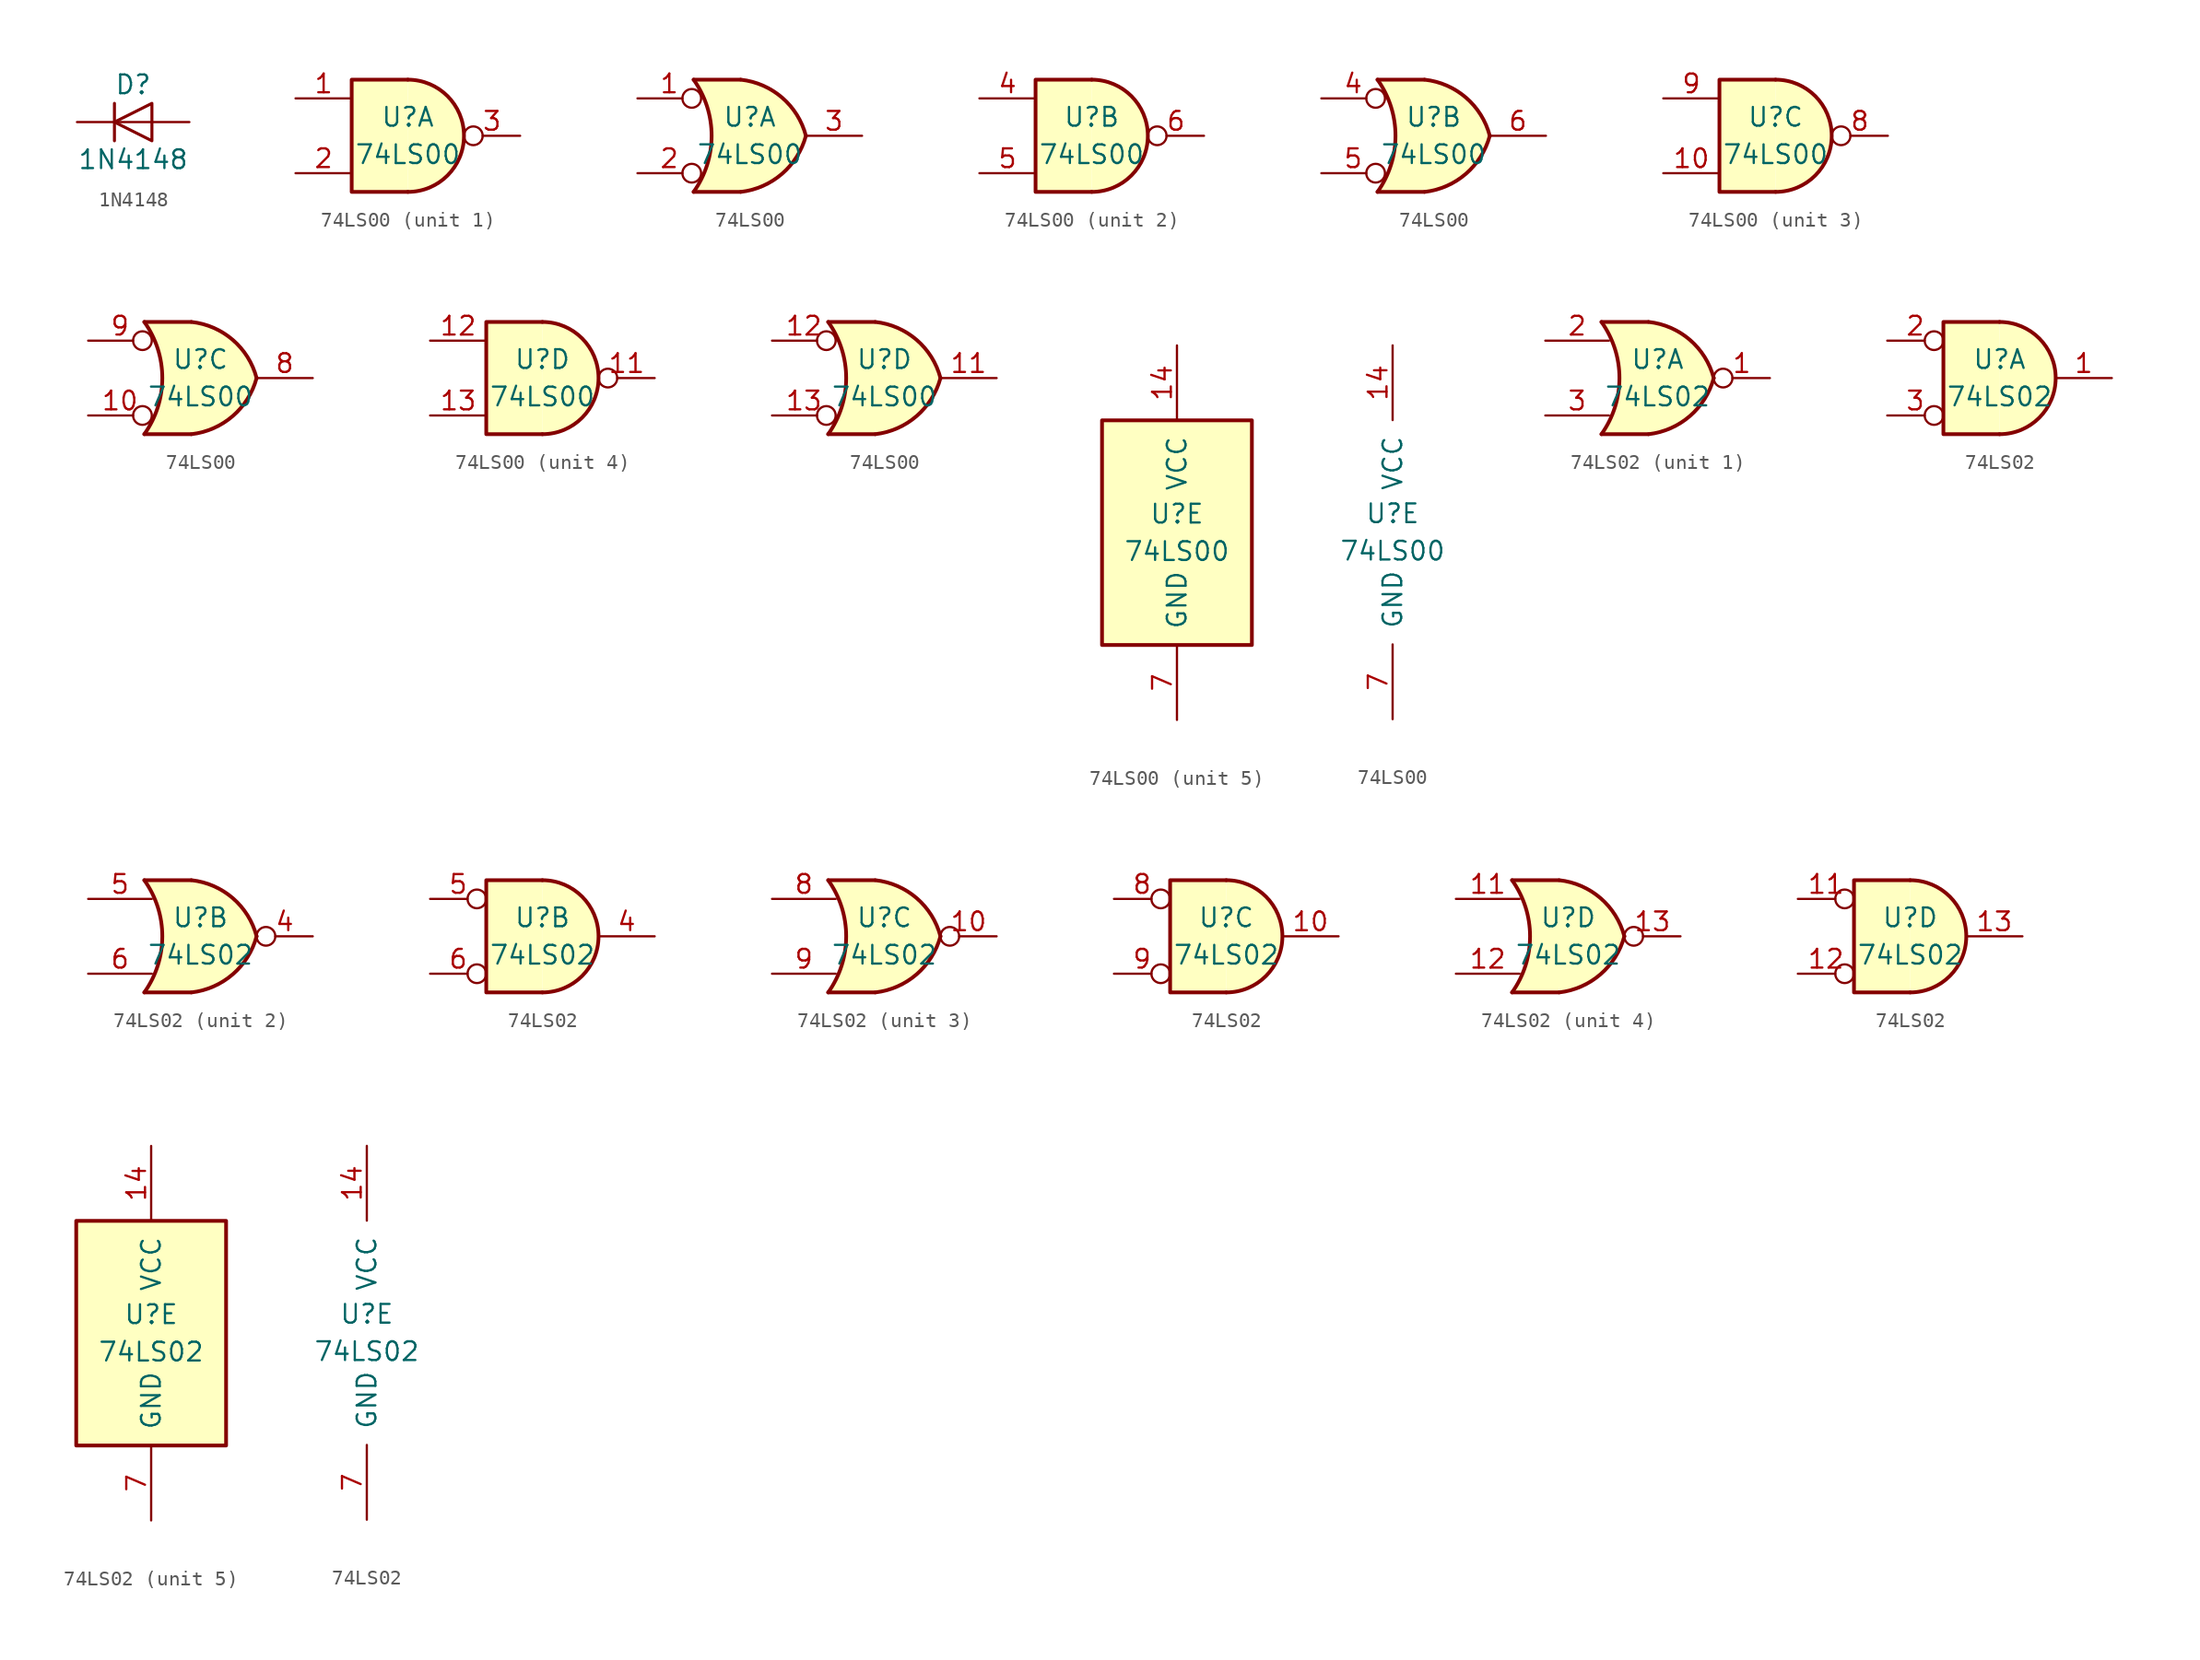
<source format=kicad_sym>
(kicad_symbol_lib
  (version 20231120)
  (generator "kicad_symbol_editor")
  (generator_version "8.0")
  (symbol "1N4148"
    (pin_numbers hide)
    (pin_names
      (offset 1.016) hide)
    (property "Reference" "D"
      (at 0 2.54 0)
      (effects (font (size 1.27 1.27))))
    (property "Value" "1N4148"
      (at 0 -2.54 0)
      (effects (font (size 1.27 1.27))))
    (symbol "1N4148_0_1"
      (polyline (pts (xy -1.27 1.27) (xy -1.27 -1.27)) (stroke (width 0.203) (type default)) (fill (type none)))
      (polyline (pts (xy 1.27 0) (xy -1.27 0)) (stroke (width 0) (type default)) (fill (type none)))
      (polyline (pts (xy 1.27 1.27) (xy 1.27 -1.27) (xy -1.27 0) (xy 1.27 1.27)) (stroke (width 0.203) (type default)) (fill (type none))))
    (symbol "1N4148_1_1"
      (pin passive line (at -3.81 0 0) (length 2.54) (name "K" (effects (font (size 1.27 1.27)))) (number "1" (effects (font (size 1.27 1.27)))))
      (pin passive line (at 3.81 0 180) (length 2.54) (name "A" (effects (font (size 1.27 1.27)))) (number "2" (effects (font (size 1.27 1.27)))))))
  (symbol "74LS00"
    (pin_names
      (offset 1.016))
    (property "Reference" "U"
      (at 0 1.27 0)
      (effects (font (size 1.27 1.27))))
    (property "Value" "74LS00"
      (at 0 -1.27 0)
      (effects (font (size 1.27 1.27))))
    (property "ki_locked" ""
      (at 0 0 0)
      (effects (font (size 1.27 1.27))))
    (symbol "74LS00_1_1"
      (arc (start 0 -3.81) (mid 3.7934 0) (end 0 3.81) (stroke (width 0.254) (type default)) (fill (type background)))
      (polyline (pts (xy 0 3.81) (xy -3.81 3.81) (xy -3.81 -3.81) (xy 0 -3.81)) (stroke (width 0.254) (type default)) (fill (type background)))
      (pin input line (at -7.62 2.54 0) (length 3.81) (name "~" (effects (font (size 1.27 1.27)))) (number "1" (effects (font (size 1.27 1.27)))))
      (pin input line (at -7.62 -2.54 0) (length 3.81) (name "~" (effects (font (size 1.27 1.27)))) (number "2" (effects (font (size 1.27 1.27)))))
      (pin output inverted (at 7.62 0 180) (length 3.81) (name "~" (effects (font (size 1.27 1.27)))) (number "3" (effects (font (size 1.27 1.27))))))
    (symbol "74LS00_1_2"
      (arc (start -3.81 -3.81) (mid -2.589 0) (end -3.81 3.81) (stroke (width 0.254) (type default)) (fill (type none)))
      (arc (start -0.6096 -3.81) (mid 2.1855 -2.584) (end 3.81 0) (stroke (width 0.254) (type default)) (fill (type background)))
      (polyline (pts (xy -3.81 -3.81) (xy -0.635 -3.81)) (stroke (width 0.254) (type default)) (fill (type background)))
      (polyline (pts (xy -3.81 3.81) (xy -0.635 3.81)) (stroke (width 0.254) (type default)) (fill (type background)))
      (polyline (pts (xy -0.635 3.81) (xy -3.81 3.81) (xy -3.81 3.81) (xy -3.556 3.404) (xy -3.023 2.261) (xy -2.692 1.041) (xy -2.616 -0.254) (xy -2.769 -1.499) (xy -3.175 -2.718) (xy -3.81 -3.81) (xy -3.81 -3.81) (xy -0.635 -3.81)) (stroke (width -25.4) (type default)) (fill (type background)))
      (arc (start 3.81 0) (mid 2.1928 2.5925) (end -0.6096 3.81) (stroke (width 0.254) (type default)) (fill (type background)))
      (pin input inverted (at -7.62 2.54 0) (length 4.318) (name "~" (effects (font (size 1.27 1.27)))) (number "1" (effects (font (size 1.27 1.27)))))
      (pin input inverted (at -7.62 -2.54 0) (length 4.318) (name "~" (effects (font (size 1.27 1.27)))) (number "2" (effects (font (size 1.27 1.27)))))
      (pin output line (at 7.62 0 180) (length 3.81) (name "~" (effects (font (size 1.27 1.27)))) (number "3" (effects (font (size 1.27 1.27))))))
    (symbol "74LS00_2_1"
      (arc (start 0 -3.81) (mid 3.7934 0) (end 0 3.81) (stroke (width 0.254) (type default)) (fill (type background)))
      (polyline (pts (xy 0 3.81) (xy -3.81 3.81) (xy -3.81 -3.81) (xy 0 -3.81)) (stroke (width 0.254) (type default)) (fill (type background)))
      (pin input line (at -7.62 2.54 0) (length 3.81) (name "~" (effects (font (size 1.27 1.27)))) (number "4" (effects (font (size 1.27 1.27)))))
      (pin input line (at -7.62 -2.54 0) (length 3.81) (name "~" (effects (font (size 1.27 1.27)))) (number "5" (effects (font (size 1.27 1.27)))))
      (pin output inverted (at 7.62 0 180) (length 3.81) (name "~" (effects (font (size 1.27 1.27)))) (number "6" (effects (font (size 1.27 1.27))))))
    (symbol "74LS00_2_2"
      (arc (start -3.81 -3.81) (mid -2.589 0) (end -3.81 3.81) (stroke (width 0.254) (type default)) (fill (type none)))
      (arc (start -0.6096 -3.81) (mid 2.1855 -2.584) (end 3.81 0) (stroke (width 0.254) (type default)) (fill (type background)))
      (polyline (pts (xy -3.81 -3.81) (xy -0.635 -3.81)) (stroke (width 0.254) (type default)) (fill (type background)))
      (polyline (pts (xy -3.81 3.81) (xy -0.635 3.81)) (stroke (width 0.254) (type default)) (fill (type background)))
      (polyline (pts (xy -0.635 3.81) (xy -3.81 3.81) (xy -3.81 3.81) (xy -3.556 3.404) (xy -3.023 2.261) (xy -2.692 1.041) (xy -2.616 -0.254) (xy -2.769 -1.499) (xy -3.175 -2.718) (xy -3.81 -3.81) (xy -3.81 -3.81) (xy -0.635 -3.81)) (stroke (width -25.4) (type default)) (fill (type background)))
      (arc (start 3.81 0) (mid 2.1928 2.5925) (end -0.6096 3.81) (stroke (width 0.254) (type default)) (fill (type background)))
      (pin input inverted (at -7.62 2.54 0) (length 4.318) (name "~" (effects (font (size 1.27 1.27)))) (number "4" (effects (font (size 1.27 1.27)))))
      (pin input inverted (at -7.62 -2.54 0) (length 4.318) (name "~" (effects (font (size 1.27 1.27)))) (number "5" (effects (font (size 1.27 1.27)))))
      (pin output line (at 7.62 0 180) (length 3.81) (name "~" (effects (font (size 1.27 1.27)))) (number "6" (effects (font (size 1.27 1.27))))))
    (symbol "74LS00_3_1"
      (arc (start 0 -3.81) (mid 3.7934 0) (end 0 3.81) (stroke (width 0.254) (type default)) (fill (type background)))
      (polyline (pts (xy 0 3.81) (xy -3.81 3.81) (xy -3.81 -3.81) (xy 0 -3.81)) (stroke (width 0.254) (type default)) (fill (type background)))
      (pin input line (at -7.62 -2.54 0) (length 3.81) (name "~" (effects (font (size 1.27 1.27)))) (number "10" (effects (font (size 1.27 1.27)))))
      (pin output inverted (at 7.62 0 180) (length 3.81) (name "~" (effects (font (size 1.27 1.27)))) (number "8" (effects (font (size 1.27 1.27)))))
      (pin input line (at -7.62 2.54 0) (length 3.81) (name "~" (effects (font (size 1.27 1.27)))) (number "9" (effects (font (size 1.27 1.27))))))
    (symbol "74LS00_3_2"
      (arc (start -3.81 -3.81) (mid -2.589 0) (end -3.81 3.81) (stroke (width 0.254) (type default)) (fill (type none)))
      (arc (start -0.6096 -3.81) (mid 2.1855 -2.584) (end 3.81 0) (stroke (width 0.254) (type default)) (fill (type background)))
      (polyline (pts (xy -3.81 -3.81) (xy -0.635 -3.81)) (stroke (width 0.254) (type default)) (fill (type background)))
      (polyline (pts (xy -3.81 3.81) (xy -0.635 3.81)) (stroke (width 0.254) (type default)) (fill (type background)))
      (polyline (pts (xy -0.635 3.81) (xy -3.81 3.81) (xy -3.81 3.81) (xy -3.556 3.404) (xy -3.023 2.261) (xy -2.692 1.041) (xy -2.616 -0.254) (xy -2.769 -1.499) (xy -3.175 -2.718) (xy -3.81 -3.81) (xy -3.81 -3.81) (xy -0.635 -3.81)) (stroke (width -25.4) (type default)) (fill (type background)))
      (arc (start 3.81 0) (mid 2.1928 2.5925) (end -0.6096 3.81) (stroke (width 0.254) (type default)) (fill (type background)))
      (pin input inverted (at -7.62 -2.54 0) (length 4.318) (name "~" (effects (font (size 1.27 1.27)))) (number "10" (effects (font (size 1.27 1.27)))))
      (pin output line (at 7.62 0 180) (length 3.81) (name "~" (effects (font (size 1.27 1.27)))) (number "8" (effects (font (size 1.27 1.27)))))
      (pin input inverted (at -7.62 2.54 0) (length 4.318) (name "~" (effects (font (size 1.27 1.27)))) (number "9" (effects (font (size 1.27 1.27))))))
    (symbol "74LS00_4_1"
      (arc (start 0 -3.81) (mid 3.7934 0) (end 0 3.81) (stroke (width 0.254) (type default)) (fill (type background)))
      (polyline (pts (xy 0 3.81) (xy -3.81 3.81) (xy -3.81 -3.81) (xy 0 -3.81)) (stroke (width 0.254) (type default)) (fill (type background)))
      (pin output inverted (at 7.62 0 180) (length 3.81) (name "~" (effects (font (size 1.27 1.27)))) (number "11" (effects (font (size 1.27 1.27)))))
      (pin input line (at -7.62 2.54 0) (length 3.81) (name "~" (effects (font (size 1.27 1.27)))) (number "12" (effects (font (size 1.27 1.27)))))
      (pin input line (at -7.62 -2.54 0) (length 3.81) (name "~" (effects (font (size 1.27 1.27)))) (number "13" (effects (font (size 1.27 1.27))))))
    (symbol "74LS00_4_2"
      (arc (start -3.81 -3.81) (mid -2.589 0) (end -3.81 3.81) (stroke (width 0.254) (type default)) (fill (type none)))
      (arc (start -0.6096 -3.81) (mid 2.1855 -2.584) (end 3.81 0) (stroke (width 0.254) (type default)) (fill (type background)))
      (polyline (pts (xy -3.81 -3.81) (xy -0.635 -3.81)) (stroke (width 0.254) (type default)) (fill (type background)))
      (polyline (pts (xy -3.81 3.81) (xy -0.635 3.81)) (stroke (width 0.254) (type default)) (fill (type background)))
      (polyline (pts (xy -0.635 3.81) (xy -3.81 3.81) (xy -3.81 3.81) (xy -3.556 3.404) (xy -3.023 2.261) (xy -2.692 1.041) (xy -2.616 -0.254) (xy -2.769 -1.499) (xy -3.175 -2.718) (xy -3.81 -3.81) (xy -3.81 -3.81) (xy -0.635 -3.81)) (stroke (width -25.4) (type default)) (fill (type background)))
      (arc (start 3.81 0) (mid 2.1928 2.5925) (end -0.6096 3.81) (stroke (width 0.254) (type default)) (fill (type background)))
      (pin output line (at 7.62 0 180) (length 3.81) (name "~" (effects (font (size 1.27 1.27)))) (number "11" (effects (font (size 1.27 1.27)))))
      (pin input inverted (at -7.62 2.54 0) (length 4.318) (name "~" (effects (font (size 1.27 1.27)))) (number "12" (effects (font (size 1.27 1.27)))))
      (pin input inverted (at -7.62 -2.54 0) (length 4.318) (name "~" (effects (font (size 1.27 1.27)))) (number "13" (effects (font (size 1.27 1.27))))))
    (symbol "74LS00_5_0"
      (pin power_in line (at 0 12.7 270) (length 5.08) (name "VCC" (effects (font (size 1.27 1.27)))) (number "14" (effects (font (size 1.27 1.27)))))
      (pin power_in line (at 0 -12.7 90) (length 5.08) (name "GND" (effects (font (size 1.27 1.27)))) (number "7" (effects (font (size 1.27 1.27))))))
    (symbol "74LS00_5_1"
      (rectangle (start -5.08 7.62) (end 5.08 -7.62) (stroke (width 0.254) (type default)) (fill (type background)))))
  (symbol "74LS02"
    (pin_names
      (offset 1.016))
    (property "Reference" "U"
      (at 0 1.27 0)
      (effects (font (size 1.27 1.27))))
    (property "Value" "74LS02"
      (at 0 -1.27 0)
      (effects (font (size 1.27 1.27))))
    (property "ki_locked" ""
      (at 0 0 0)
      (effects (font (size 1.27 1.27))))
    (symbol "74LS02_1_1"
      (arc (start -3.81 -3.81) (mid -2.589 0) (end -3.81 3.81) (stroke (width 0.254) (type default)) (fill (type none)))
      (arc (start -0.6096 -3.81) (mid 2.1855 -2.584) (end 3.81 0) (stroke (width 0.254) (type default)) (fill (type background)))
      (polyline (pts (xy -3.81 -3.81) (xy -0.635 -3.81)) (stroke (width 0.254) (type default)) (fill (type background)))
      (polyline (pts (xy -3.81 3.81) (xy -0.635 3.81)) (stroke (width 0.254) (type default)) (fill (type background)))
      (polyline (pts (xy -0.635 3.81) (xy -3.81 3.81) (xy -3.81 3.81) (xy -3.556 3.404) (xy -3.023 2.261) (xy -2.692 1.041) (xy -2.616 -0.254) (xy -2.769 -1.499) (xy -3.175 -2.718) (xy -3.81 -3.81) (xy -3.81 -3.81) (xy -0.635 -3.81)) (stroke (width -25.4) (type default)) (fill (type background)))
      (arc (start 3.81 0) (mid 2.1928 2.5925) (end -0.6096 3.81) (stroke (width 0.254) (type default)) (fill (type background)))
      (pin output inverted (at 7.62 0 180) (length 3.81) (name "~" (effects (font (size 1.27 1.27)))) (number "1" (effects (font (size 1.27 1.27)))))
      (pin input line (at -7.62 2.54 0) (length 4.318) (name "~" (effects (font (size 1.27 1.27)))) (number "2" (effects (font (size 1.27 1.27)))))
      (pin input line (at -7.62 -2.54 0) (length 4.318) (name "~" (effects (font (size 1.27 1.27)))) (number "3" (effects (font (size 1.27 1.27))))))
    (symbol "74LS02_1_2"
      (arc (start 0 -3.81) (mid 3.7934 0) (end 0 3.81) (stroke (width 0.254) (type default)) (fill (type background)))
      (polyline (pts (xy 0 3.81) (xy -3.81 3.81) (xy -3.81 -3.81) (xy 0 -3.81)) (stroke (width 0.254) (type default)) (fill (type background)))
      (pin output line (at 7.62 0 180) (length 3.81) (name "~" (effects (font (size 1.27 1.27)))) (number "1" (effects (font (size 1.27 1.27)))))
      (pin input inverted (at -7.62 2.54 0) (length 3.81) (name "~" (effects (font (size 1.27 1.27)))) (number "2" (effects (font (size 1.27 1.27)))))
      (pin input inverted (at -7.62 -2.54 0) (length 3.81) (name "~" (effects (font (size 1.27 1.27)))) (number "3" (effects (font (size 1.27 1.27))))))
    (symbol "74LS02_2_1"
      (arc (start -3.81 -3.81) (mid -2.589 0) (end -3.81 3.81) (stroke (width 0.254) (type default)) (fill (type none)))
      (arc (start -0.6096 -3.81) (mid 2.1855 -2.584) (end 3.81 0) (stroke (width 0.254) (type default)) (fill (type background)))
      (polyline (pts (xy -3.81 -3.81) (xy -0.635 -3.81)) (stroke (width 0.254) (type default)) (fill (type background)))
      (polyline (pts (xy -3.81 3.81) (xy -0.635 3.81)) (stroke (width 0.254) (type default)) (fill (type background)))
      (polyline (pts (xy -0.635 3.81) (xy -3.81 3.81) (xy -3.81 3.81) (xy -3.556 3.404) (xy -3.023 2.261) (xy -2.692 1.041) (xy -2.616 -0.254) (xy -2.769 -1.499) (xy -3.175 -2.718) (xy -3.81 -3.81) (xy -3.81 -3.81) (xy -0.635 -3.81)) (stroke (width -25.4) (type default)) (fill (type background)))
      (arc (start 3.81 0) (mid 2.1928 2.5925) (end -0.6096 3.81) (stroke (width 0.254) (type default)) (fill (type background)))
      (pin output inverted (at 7.62 0 180) (length 3.81) (name "~" (effects (font (size 1.27 1.27)))) (number "4" (effects (font (size 1.27 1.27)))))
      (pin input line (at -7.62 2.54 0) (length 4.318) (name "~" (effects (font (size 1.27 1.27)))) (number "5" (effects (font (size 1.27 1.27)))))
      (pin input line (at -7.62 -2.54 0) (length 4.318) (name "~" (effects (font (size 1.27 1.27)))) (number "6" (effects (font (size 1.27 1.27))))))
    (symbol "74LS02_2_2"
      (arc (start 0 -3.81) (mid 3.7934 0) (end 0 3.81) (stroke (width 0.254) (type default)) (fill (type background)))
      (polyline (pts (xy 0 3.81) (xy -3.81 3.81) (xy -3.81 -3.81) (xy 0 -3.81)) (stroke (width 0.254) (type default)) (fill (type background)))
      (pin output line (at 7.62 0 180) (length 3.81) (name "~" (effects (font (size 1.27 1.27)))) (number "4" (effects (font (size 1.27 1.27)))))
      (pin input inverted (at -7.62 2.54 0) (length 3.81) (name "~" (effects (font (size 1.27 1.27)))) (number "5" (effects (font (size 1.27 1.27)))))
      (pin input inverted (at -7.62 -2.54 0) (length 3.81) (name "~" (effects (font (size 1.27 1.27)))) (number "6" (effects (font (size 1.27 1.27))))))
    (symbol "74LS02_3_1"
      (arc (start -3.81 -3.81) (mid -2.589 0) (end -3.81 3.81) (stroke (width 0.254) (type default)) (fill (type none)))
      (arc (start -0.6096 -3.81) (mid 2.1855 -2.584) (end 3.81 0) (stroke (width 0.254) (type default)) (fill (type background)))
      (polyline (pts (xy -3.81 -3.81) (xy -0.635 -3.81)) (stroke (width 0.254) (type default)) (fill (type background)))
      (polyline (pts (xy -3.81 3.81) (xy -0.635 3.81)) (stroke (width 0.254) (type default)) (fill (type background)))
      (polyline (pts (xy -0.635 3.81) (xy -3.81 3.81) (xy -3.81 3.81) (xy -3.556 3.404) (xy -3.023 2.261) (xy -2.692 1.041) (xy -2.616 -0.254) (xy -2.769 -1.499) (xy -3.175 -2.718) (xy -3.81 -3.81) (xy -3.81 -3.81) (xy -0.635 -3.81)) (stroke (width -25.4) (type default)) (fill (type background)))
      (arc (start 3.81 0) (mid 2.1928 2.5925) (end -0.6096 3.81) (stroke (width 0.254) (type default)) (fill (type background)))
      (pin output inverted (at 7.62 0 180) (length 3.81) (name "~" (effects (font (size 1.27 1.27)))) (number "10" (effects (font (size 1.27 1.27)))))
      (pin input line (at -7.62 2.54 0) (length 4.318) (name "~" (effects (font (size 1.27 1.27)))) (number "8" (effects (font (size 1.27 1.27)))))
      (pin input line (at -7.62 -2.54 0) (length 4.318) (name "~" (effects (font (size 1.27 1.27)))) (number "9" (effects (font (size 1.27 1.27))))))
    (symbol "74LS02_3_2"
      (arc (start 0 -3.81) (mid 3.7934 0) (end 0 3.81) (stroke (width 0.254) (type default)) (fill (type background)))
      (polyline (pts (xy 0 3.81) (xy -3.81 3.81) (xy -3.81 -3.81) (xy 0 -3.81)) (stroke (width 0.254) (type default)) (fill (type background)))
      (pin output line (at 7.62 0 180) (length 3.81) (name "~" (effects (font (size 1.27 1.27)))) (number "10" (effects (font (size 1.27 1.27)))))
      (pin input inverted (at -7.62 2.54 0) (length 3.81) (name "~" (effects (font (size 1.27 1.27)))) (number "8" (effects (font (size 1.27 1.27)))))
      (pin input inverted (at -7.62 -2.54 0) (length 3.81) (name "~" (effects (font (size 1.27 1.27)))) (number "9" (effects (font (size 1.27 1.27))))))
    (symbol "74LS02_4_1"
      (arc (start -3.81 -3.81) (mid -2.589 0) (end -3.81 3.81) (stroke (width 0.254) (type default)) (fill (type none)))
      (arc (start -0.6096 -3.81) (mid 2.1855 -2.584) (end 3.81 0) (stroke (width 0.254) (type default)) (fill (type background)))
      (polyline (pts (xy -3.81 -3.81) (xy -0.635 -3.81)) (stroke (width 0.254) (type default)) (fill (type background)))
      (polyline (pts (xy -3.81 3.81) (xy -0.635 3.81)) (stroke (width 0.254) (type default)) (fill (type background)))
      (polyline (pts (xy -0.635 3.81) (xy -3.81 3.81) (xy -3.81 3.81) (xy -3.556 3.404) (xy -3.023 2.261) (xy -2.692 1.041) (xy -2.616 -0.254) (xy -2.769 -1.499) (xy -3.175 -2.718) (xy -3.81 -3.81) (xy -3.81 -3.81) (xy -0.635 -3.81)) (stroke (width -25.4) (type default)) (fill (type background)))
      (arc (start 3.81 0) (mid 2.1928 2.5925) (end -0.6096 3.81) (stroke (width 0.254) (type default)) (fill (type background)))
      (pin input line (at -7.62 2.54 0) (length 4.318) (name "~" (effects (font (size 1.27 1.27)))) (number "11" (effects (font (size 1.27 1.27)))))
      (pin input line (at -7.62 -2.54 0) (length 4.318) (name "~" (effects (font (size 1.27 1.27)))) (number "12" (effects (font (size 1.27 1.27)))))
      (pin output inverted (at 7.62 0 180) (length 3.81) (name "~" (effects (font (size 1.27 1.27)))) (number "13" (effects (font (size 1.27 1.27))))))
    (symbol "74LS02_4_2"
      (arc (start 0 -3.81) (mid 3.7934 0) (end 0 3.81) (stroke (width 0.254) (type default)) (fill (type background)))
      (polyline (pts (xy 0 3.81) (xy -3.81 3.81) (xy -3.81 -3.81) (xy 0 -3.81)) (stroke (width 0.254) (type default)) (fill (type background)))
      (pin input inverted (at -7.62 2.54 0) (length 3.81) (name "~" (effects (font (size 1.27 1.27)))) (number "11" (effects (font (size 1.27 1.27)))))
      (pin input inverted (at -7.62 -2.54 0) (length 3.81) (name "~" (effects (font (size 1.27 1.27)))) (number "12" (effects (font (size 1.27 1.27)))))
      (pin output line (at 7.62 0 180) (length 3.81) (name "~" (effects (font (size 1.27 1.27)))) (number "13" (effects (font (size 1.27 1.27))))))
    (symbol "74LS02_5_0"
      (pin power_in line (at 0 12.7 270) (length 5.08) (name "VCC" (effects (font (size 1.27 1.27)))) (number "14" (effects (font (size 1.27 1.27)))))
      (pin power_in line (at 0 -12.7 90) (length 5.08) (name "GND" (effects (font (size 1.27 1.27)))) (number "7" (effects (font (size 1.27 1.27))))))
    (symbol "74LS02_5_1"
      (rectangle (start -5.08 7.62) (end 5.08 -7.62) (stroke (width 0.254) (type default)) (fill (type background))))))
</source>
